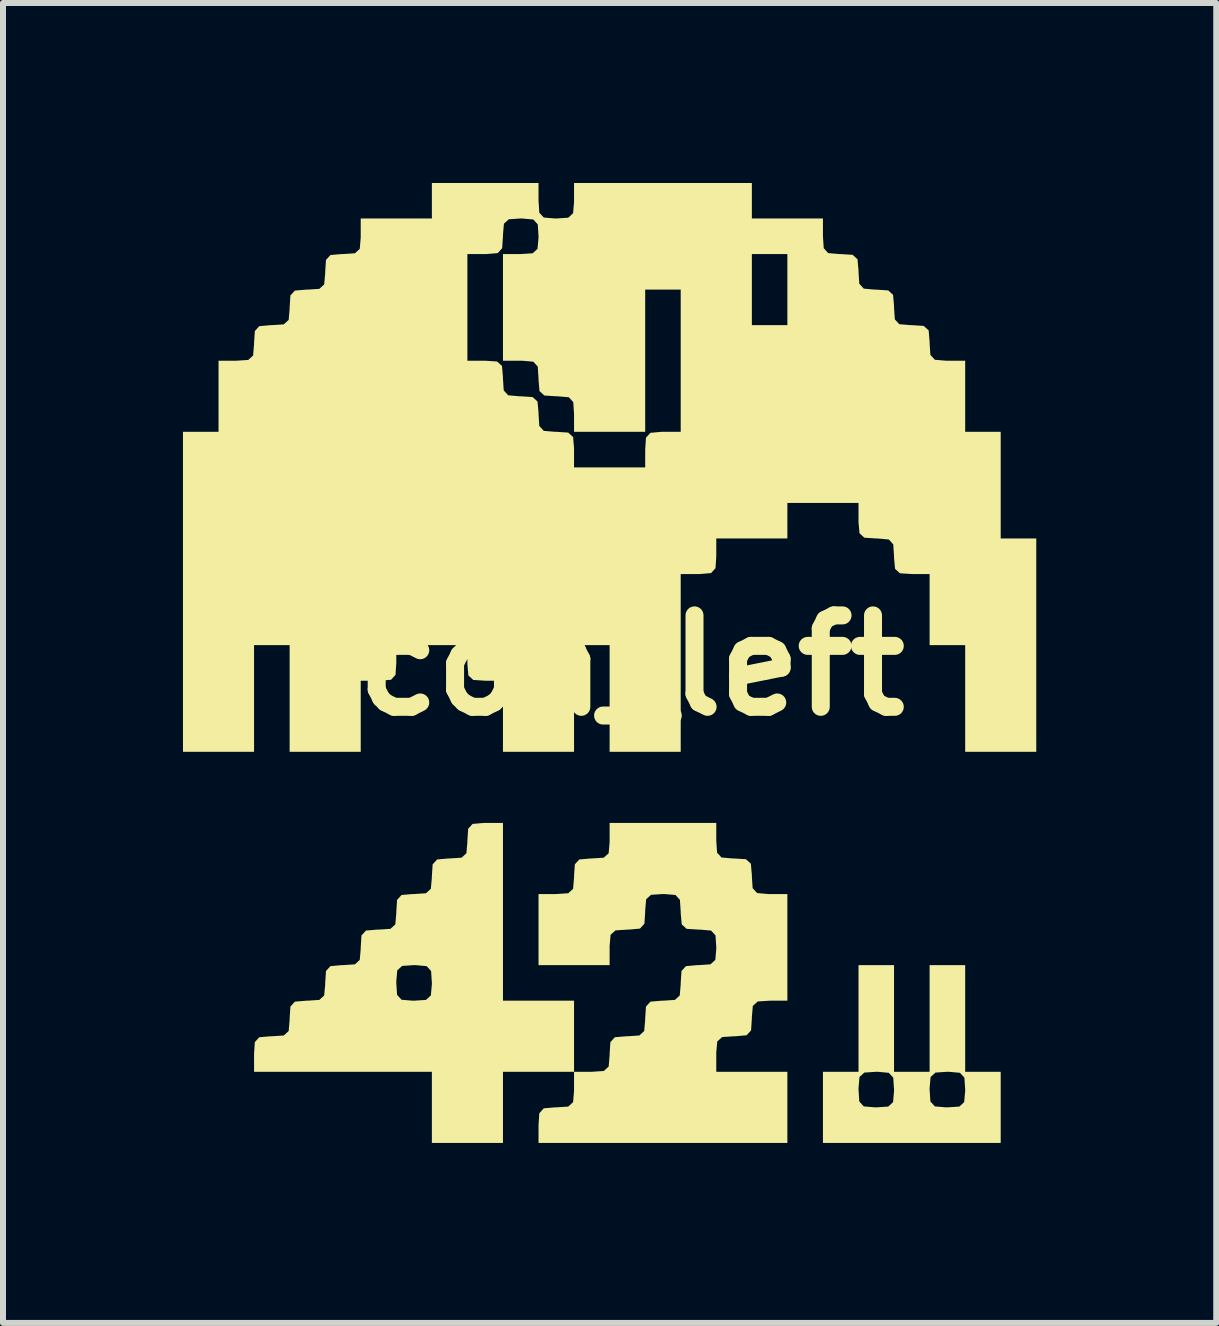
<source format=kicad_pcb>
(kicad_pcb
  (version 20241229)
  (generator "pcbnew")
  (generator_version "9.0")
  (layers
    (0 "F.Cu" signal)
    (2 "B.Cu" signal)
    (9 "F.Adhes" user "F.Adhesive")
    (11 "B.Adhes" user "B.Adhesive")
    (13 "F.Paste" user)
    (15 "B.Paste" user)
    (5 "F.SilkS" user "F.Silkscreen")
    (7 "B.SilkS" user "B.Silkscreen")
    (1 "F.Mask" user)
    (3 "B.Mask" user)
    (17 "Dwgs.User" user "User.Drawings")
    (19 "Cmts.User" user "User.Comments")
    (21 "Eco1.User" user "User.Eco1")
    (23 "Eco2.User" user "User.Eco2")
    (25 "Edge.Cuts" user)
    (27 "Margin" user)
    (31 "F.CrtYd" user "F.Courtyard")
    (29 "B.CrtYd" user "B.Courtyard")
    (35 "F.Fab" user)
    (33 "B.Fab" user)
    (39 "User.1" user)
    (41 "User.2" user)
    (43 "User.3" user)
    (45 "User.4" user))
  (footprint "icon_left"
    (layer "F.Cu")
    (at 7.112 8.043)
    (property "Reference" "icon_left" (at 0 0 0) (layer "F.SilkS") (effects (font (size 1.524 1.524) (thickness 0.3))))
    (attr board_only exclude_from_pos_files exclude_from_bom)
    (fp_poly (pts (xy 4.741 6.773) (xy 5.334 6.773) (xy 5.334 4.995) (xy 5.927 4.995) (xy 5.927 6.773) (xy 6.519 6.773) (xy 6.519 7.959) (xy 3.556 7.959) (xy 3.556 7.07) (xy 4.149 7.07) (xy 4.162 7.268) (xy 4.236 7.35) (xy 4.422 7.366) (xy 4.445 7.366) (xy 4.644 7.353) (xy 4.725 7.279) (xy 4.741 7.092) (xy 4.741 7.07) (xy 5.334 7.07) (xy 5.347 7.268) (xy 5.421 7.35) (xy 5.608 7.366) (xy 5.63 7.366) (xy 5.829 7.353) (xy 5.91 7.279) (xy 5.927 7.092) (xy 5.927 7.07) (xy 5.914 6.871) (xy 5.84 6.79) (xy 5.653 6.773) (xy 5.63 6.773) (xy 5.432 6.786) (xy 5.35 6.86) (xy 5.334 7.047) (xy 5.334 7.07) (xy 4.741 7.07) (xy 4.728 6.871) (xy 4.654 6.79) (xy 4.468 6.773) (xy 4.445 6.773) (xy 4.246 6.786) (xy 4.165 6.86) (xy 4.149 7.047) (xy 4.149 7.07) (xy 3.556 7.07) (xy 3.556 6.773) (xy 4.149 6.773) (xy 4.149 4.995) (xy 4.741 4.995)) (stroke (width 0) (type solid)) (fill yes) (layer "F.SilkS"))
    (fp_poly (pts (xy -1.778 5.588) (xy -0.593 5.588) (xy -0.593 6.773) (xy -1.778 6.773) (xy -1.778 7.959) (xy -2.963 7.959) (xy -2.963 6.773) (xy -5.927 6.773) (xy -5.927 6.477) (xy -5.914 6.278) (xy -5.84 6.197) (xy -5.653 6.181) (xy -5.63 6.181) (xy -5.432 6.168) (xy -5.35 6.094) (xy -5.334 5.907) (xy -5.334 5.884) (xy -5.321 5.686) (xy -5.247 5.604) (xy -5.06 5.588) (xy -5.038 5.588) (xy -4.839 5.575) (xy -4.758 5.501) (xy -4.741 5.314) (xy -4.741 5.292) (xy -3.556 5.292) (xy -3.543 5.49) (xy -3.469 5.572) (xy -3.282 5.588) (xy -3.26 5.588) (xy -3.061 5.575) (xy -2.98 5.501) (xy -2.963 5.314) (xy -2.963 5.292) (xy -2.976 5.093) (xy -3.05 5.012) (xy -3.237 4.995) (xy -3.26 4.995) (xy -3.458 5.008) (xy -3.54 5.082) (xy -3.556 5.269) (xy -3.556 5.292) (xy -4.741 5.292) (xy -4.728 5.093) (xy -4.654 5.012) (xy -4.468 4.995) (xy -4.445 4.995) (xy -4.246 4.982) (xy -4.165 4.908) (xy -4.149 4.722) (xy -4.149 4.699) (xy -4.136 4.5) (xy -4.062 4.419) (xy -3.875 4.403) (xy -3.852 4.403) (xy -3.654 4.39) (xy -3.572 4.316) (xy -3.556 4.129) (xy -3.556 4.106) (xy -3.543 3.908) (xy -3.469 3.826) (xy -3.282 3.81) (xy -3.26 3.81) (xy -3.061 3.797) (xy -2.98 3.723) (xy -2.963 3.536) (xy -2.963 3.514) (xy -2.95 3.315) (xy -2.876 3.234) (xy -2.69 3.217) (xy -2.667 3.217) (xy -2.468 3.204) (xy -2.387 3.13) (xy -2.371 2.944) (xy -2.371 2.921) (xy -2.358 2.722) (xy -2.284 2.641) (xy -2.097 2.625) (xy -2.074 2.625) (xy -1.778 2.625)) (stroke (width 0) (type solid)) (fill yes) (layer "F.SilkS"))
    (fp_poly (pts (xy 1.778 2.921) (xy 1.791 3.12) (xy 1.865 3.201) (xy 2.052 3.217) (xy 2.074 3.217) (xy 2.273 3.23) (xy 2.354 3.304) (xy 2.371 3.491) (xy 2.371 3.514) (xy 2.384 3.712) (xy 2.458 3.794) (xy 2.644 3.81) (xy 2.667 3.81) (xy 2.963 3.81) (xy 2.963 5.588) (xy 2.667 5.588) (xy 2.468 5.601) (xy 2.387 5.675) (xy 2.371 5.862) (xy 2.371 5.884) (xy 2.358 6.083) (xy 2.284 6.164) (xy 2.097 6.181) (xy 2.074 6.181) (xy 1.876 6.194) (xy 1.794 6.268) (xy 1.778 6.454) (xy 1.778 6.477) (xy 1.778 6.773) (xy 2.963 6.773) (xy 2.963 7.959) (xy -1.185 7.959) (xy -1.185 7.662) (xy -1.172 7.464) (xy -1.098 7.382) (xy -0.912 7.366) (xy -0.889 7.366) (xy -0.69 7.353) (xy -0.609 7.279) (xy -0.593 7.092) (xy -0.593 7.07) (xy -0.593 6.773) (xy -0.296 6.773) (xy -0.098 6.76) (xy -0.016 6.686) (xy -0.000037 6.5) (xy 0 6.477) (xy 0.013 6.278) (xy 0.087 6.197) (xy 0.274 6.181) (xy 0.296 6.181) (xy 0.495 6.168) (xy 0.576 6.094) (xy 0.593 5.907) (xy 0.593 5.884) (xy 0.606 5.686) (xy 0.68 5.604) (xy 0.866 5.588) (xy 0.889 5.588) (xy 1.088 5.575) (xy 1.169 5.501) (xy 1.185 5.314) (xy 1.185 5.292) (xy 1.198 5.093) (xy 1.272 5.012) (xy 1.459 4.995) (xy 1.482 4.995) (xy 1.68 4.982) (xy 1.762 4.908) (xy 1.778 4.722) (xy 1.778 4.699) (xy 1.765 4.5) (xy 1.691 4.419) (xy 1.504 4.403) (xy 1.482 4.403) (xy 1.283 4.39) (xy 1.202 4.316) (xy 1.185 4.129) (xy 1.185 4.106) (xy 1.172 3.908) (xy 1.098 3.826) (xy 0.912 3.81) (xy 0.889 3.81) (xy 0.69 3.823) (xy 0.609 3.897) (xy 0.593 4.084) (xy 0.593 4.106) (xy 0.58 4.305) (xy 0.506 4.386) (xy 0.319 4.403) (xy 0.296 4.403) (xy 0.098 4.416) (xy 0.016 4.49) (xy 0.000036 4.676) (xy 0 4.699) (xy 0 4.995) (xy -1.185 4.995) (xy -1.185 3.81) (xy -0.889 3.81) (xy -0.69 3.797) (xy -0.609 3.723) (xy -0.593 3.536) (xy -0.593 3.514) (xy -0.58 3.315) (xy -0.506 3.234) (xy -0.319 3.217) (xy -0.296 3.217) (xy -0.098 3.204) (xy -0.016 3.13) (xy -0.000037 2.944) (xy 0 2.921) (xy 0 2.625) (xy 1.778 2.625)) (stroke (width 0) (type solid)) (fill yes) (layer "F.SilkS"))
    (fp_poly (pts (xy -1.185 -7.747) (xy -1.172 -7.548) (xy -1.098 -7.467) (xy -0.912 -7.451) (xy -0.889 -7.451) (xy -0.69 -7.464) (xy -0.609 -7.538) (xy -0.593 -7.724) (xy -0.593 -7.747) (xy -0.593 -8.043) (xy 2.371 -8.043) (xy 2.371 -7.451) (xy 3.556 -7.451) (xy 3.556 -7.154) (xy 3.569 -6.956) (xy 3.643 -6.874) (xy 3.83 -6.858) (xy 3.852 -6.858) (xy 4.051 -6.845) (xy 4.132 -6.771) (xy 4.149 -6.584) (xy 4.149 -6.562) (xy 4.162 -6.363) (xy 4.236 -6.282) (xy 4.422 -6.265) (xy 4.445 -6.265) (xy 4.644 -6.252) (xy 4.725 -6.178) (xy 4.741 -5.992) (xy 4.741 -5.969) (xy 4.754 -5.77) (xy 4.828 -5.689) (xy 5.015 -5.673) (xy 5.038 -5.673) (xy 5.236 -5.66) (xy 5.318 -5.586) (xy 5.334 -5.399) (xy 5.334 -5.376) (xy 5.347 -5.178) (xy 5.421 -5.096) (xy 5.608 -5.08) (xy 5.63 -5.08) (xy 5.927 -5.08) (xy 5.927 -3.895) (xy 6.519 -3.895) (xy 6.519 -2.117) (xy 7.112 -2.117) (xy 7.112 1.439) (xy 5.927 1.439) (xy 5.927 -0.339) (xy 5.334 -0.339) (xy 5.334 -1.524) (xy 5.038 -1.524) (xy 4.839 -1.537) (xy 4.758 -1.611) (xy 4.741 -1.798) (xy 4.741 -1.82) (xy 4.728 -2.019) (xy 4.654 -2.1) (xy 4.468 -2.117) (xy 4.445 -2.117) (xy 4.246 -2.13) (xy 4.165 -2.204) (xy 4.149 -2.39) (xy 4.149 -2.413) (xy 4.149 -2.709) (xy 2.963 -2.709) (xy 2.963 -2.117) (xy 1.778 -2.117) (xy 1.778 -1.82) (xy 1.765 -1.622) (xy 1.691 -1.54) (xy 1.504 -1.524) (xy 1.482 -1.524) (xy 1.185 -1.524) (xy 1.185 1.439) (xy 0 1.439) (xy 0 -0.339) (xy -0.593 -0.339) (xy -0.593 1.439) (xy -1.778 1.439) (xy -1.778 0.254) (xy -2.074 0.254) (xy -2.273 0.241) (xy -2.354 0.167) (xy -2.371 -0.02) (xy -2.371 -0.042) (xy -2.371 -0.339) (xy -3.556 -0.339) (xy -3.556 -0.042) (xy -3.569 0.156) (xy -3.643 0.238) (xy -3.83 0.254) (xy -3.852 0.254) (xy -4.149 0.254) (xy -4.149 1.439) (xy -5.334 1.439) (xy -5.334 -0.339) (xy -5.927 -0.339) (xy -5.927 1.439) (xy -7.112 1.439) (xy -7.112 -3.895) (xy -6.519 -3.895) (xy -6.519 -5.08) (xy -6.223 -5.08) (xy -2.371 -5.08) (xy -2.074 -5.08) (xy -1.876 -5.067) (xy -1.794 -4.993) (xy -1.778 -4.806) (xy -1.778 -4.784) (xy -1.765 -4.585) (xy -1.691 -4.504) (xy -1.504 -4.487) (xy -1.482 -4.487) (xy -1.283 -4.474) (xy -1.202 -4.4) (xy -1.185 -4.214) (xy -1.185 -4.191) (xy -1.172 -3.992) (xy -1.098 -3.911) (xy -0.912 -3.895) (xy -0.889 -3.895) (xy -0.69 -3.882) (xy -0.609 -3.808) (xy -0.593 -3.621) (xy -0.593 -3.598) (xy -0.593 -3.302) (xy 0.593 -3.302) (xy 0.593 -3.598) (xy 0.606 -3.797) (xy 0.68 -3.878) (xy 0.866 -3.895) (xy 0.889 -3.895) (xy 1.185 -3.895) (xy 1.185 -5.673) (xy 2.371 -5.673) (xy 2.963 -5.673) (xy 2.963 -6.858) (xy 2.371 -6.858) (xy 2.371 -5.673) (xy 1.185 -5.673) (xy 1.185 -6.265) (xy 0.593 -6.265) (xy 0.593 -3.895) (xy -0.593 -3.895) (xy -0.593 -4.191) (xy -0.606 -4.39) (xy -0.68 -4.471) (xy -0.866 -4.487) (xy -0.889 -4.487) (xy -1.088 -4.5) (xy -1.169 -4.574) (xy -1.185 -4.761) (xy -1.185 -4.784) (xy -1.198 -4.982) (xy -1.272 -5.064) (xy -1.459 -5.08) (xy -1.482 -5.08) (xy -1.778 -5.08) (xy -1.778 -6.858) (xy -1.482 -6.858) (xy -1.283 -6.871) (xy -1.202 -6.945) (xy -1.185 -7.132) (xy -1.185 -7.154) (xy -1.198 -7.353) (xy -1.272 -7.434) (xy -1.459 -7.451) (xy -1.482 -7.451) (xy -1.68 -7.438) (xy -1.762 -7.364) (xy -1.778 -7.177) (xy -1.778 -7.154) (xy -1.791 -6.956) (xy -1.865 -6.874) (xy -2.052 -6.858) (xy -2.074 -6.858) (xy -2.371 -6.858) (xy -2.371 -5.08) (xy -6.223 -5.08) (xy -6.024 -5.093) (xy -5.943 -5.167) (xy -5.927 -5.354) (xy -5.927 -5.376) (xy -5.914 -5.575) (xy -5.84 -5.656) (xy -5.653 -5.673) (xy -5.63 -5.673) (xy -5.432 -5.686) (xy -5.35 -5.76) (xy -5.334 -5.946) (xy -5.334 -5.969) (xy -5.321 -6.168) (xy -5.247 -6.249) (xy -5.06 -6.265) (xy -5.038 -6.265) (xy -4.839 -6.278) (xy -4.758 -6.352) (xy -4.741 -6.539) (xy -4.741 -6.562) (xy -4.728 -6.76) (xy -4.654 -6.842) (xy -4.468 -6.858) (xy -4.445 -6.858) (xy -4.246 -6.871) (xy -4.165 -6.945) (xy -4.149 -7.132) (xy -4.149 -7.154) (xy -4.149 -7.451) (xy -2.963 -7.451) (xy -2.963 -8.043) (xy -1.185 -8.043)) (stroke (width 0) (type solid)) (fill yes) (layer "F.SilkS")))
  (gr_rect
    (start -3 -3)
    (end 17.224 19.002)
    (stroke (width 0.1) (type default))
    (fill no)
    (layer "Edge.Cuts")))
</source>
